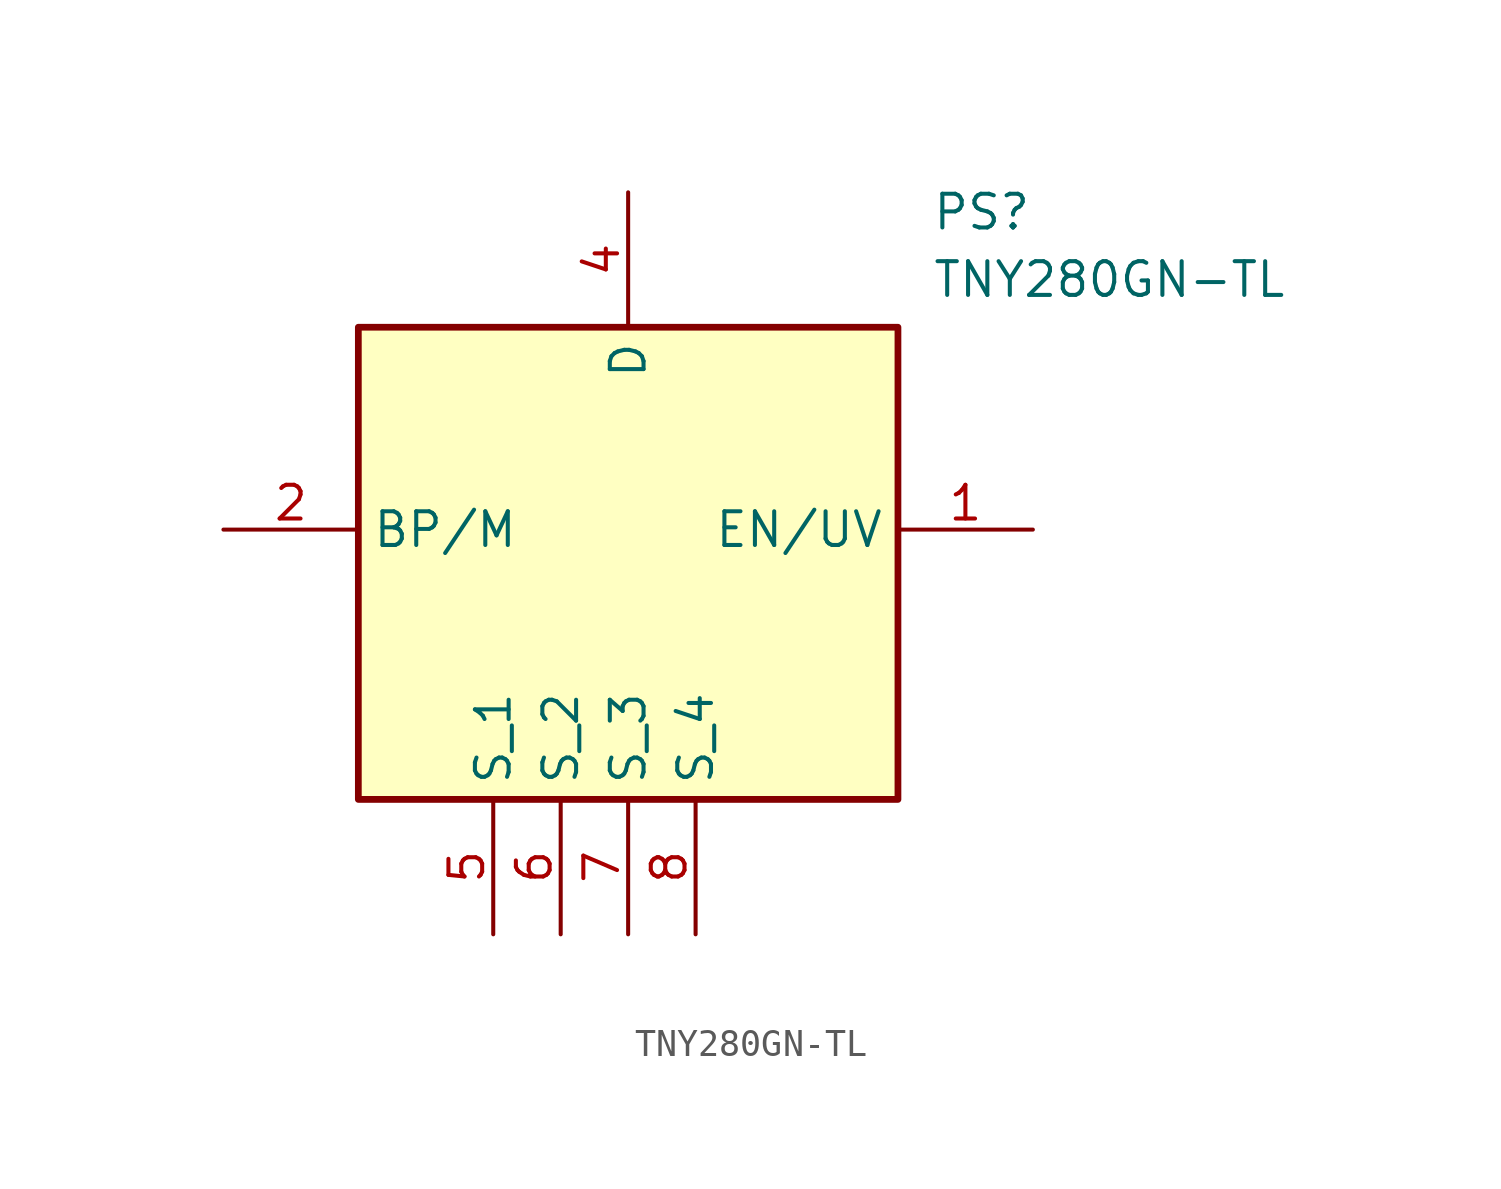
<source format=kicad_sym>
(kicad_symbol_lib
  (version 20211014)
  (generator SamacSys_ECAD_Model)
  (symbol "TNY280GN-TL"
    (property "Reference" "PS"
      (at 26.67 12.7 0)
      (effects (font (size 1.27 1.27)) (justify left top)))
    (property "Value" "TNY280GN-TL"
      (at 26.67 10.16 0)
      (effects (font (size 1.27 1.27)) (justify left top)))
    (rectangle
      (start 5.08 7.62)
      (end 25.4 -10.16)
      (stroke (width 0.254) (type default))
      (fill (type background)))
    (pin passive line
      (at 30.48 0 180)
      (length 5.08)
      (name "EN/UV" (effects (font (size 1.27 1.27))))
      (number "1" (effects (font (size 1.27 1.27)))))
    (pin passive line
      (at 0 0 0)
      (length 5.08)
      (name "BP/M" (effects (font (size 1.27 1.27))))
      (number "2" (effects (font (size 1.27 1.27)))))
    (pin passive line
      (at 15.24 12.7 270)
      (length 5.08)
      (name "D" (effects (font (size 1.27 1.27))))
      (number "4" (effects (font (size 1.27 1.27)))))
    (pin passive line
      (at 10.16 -15.24 90)
      (length 5.08)
      (name "S_1" (effects (font (size 1.27 1.27))))
      (number "5" (effects (font (size 1.27 1.27)))))
    (pin passive line
      (at 12.7 -15.24 90)
      (length 5.08)
      (name "S_2" (effects (font (size 1.27 1.27))))
      (number "6" (effects (font (size 1.27 1.27)))))
    (pin passive line
      (at 15.24 -15.24 90)
      (length 5.08)
      (name "S_3" (effects (font (size 1.27 1.27))))
      (number "7" (effects (font (size 1.27 1.27)))))
    (pin passive line
      (at 17.78 -15.24 90)
      (length 5.08)
      (name "S_4" (effects (font (size 1.27 1.27))))
      (number "8" (effects (font (size 1.27 1.27)))))))
</source>
